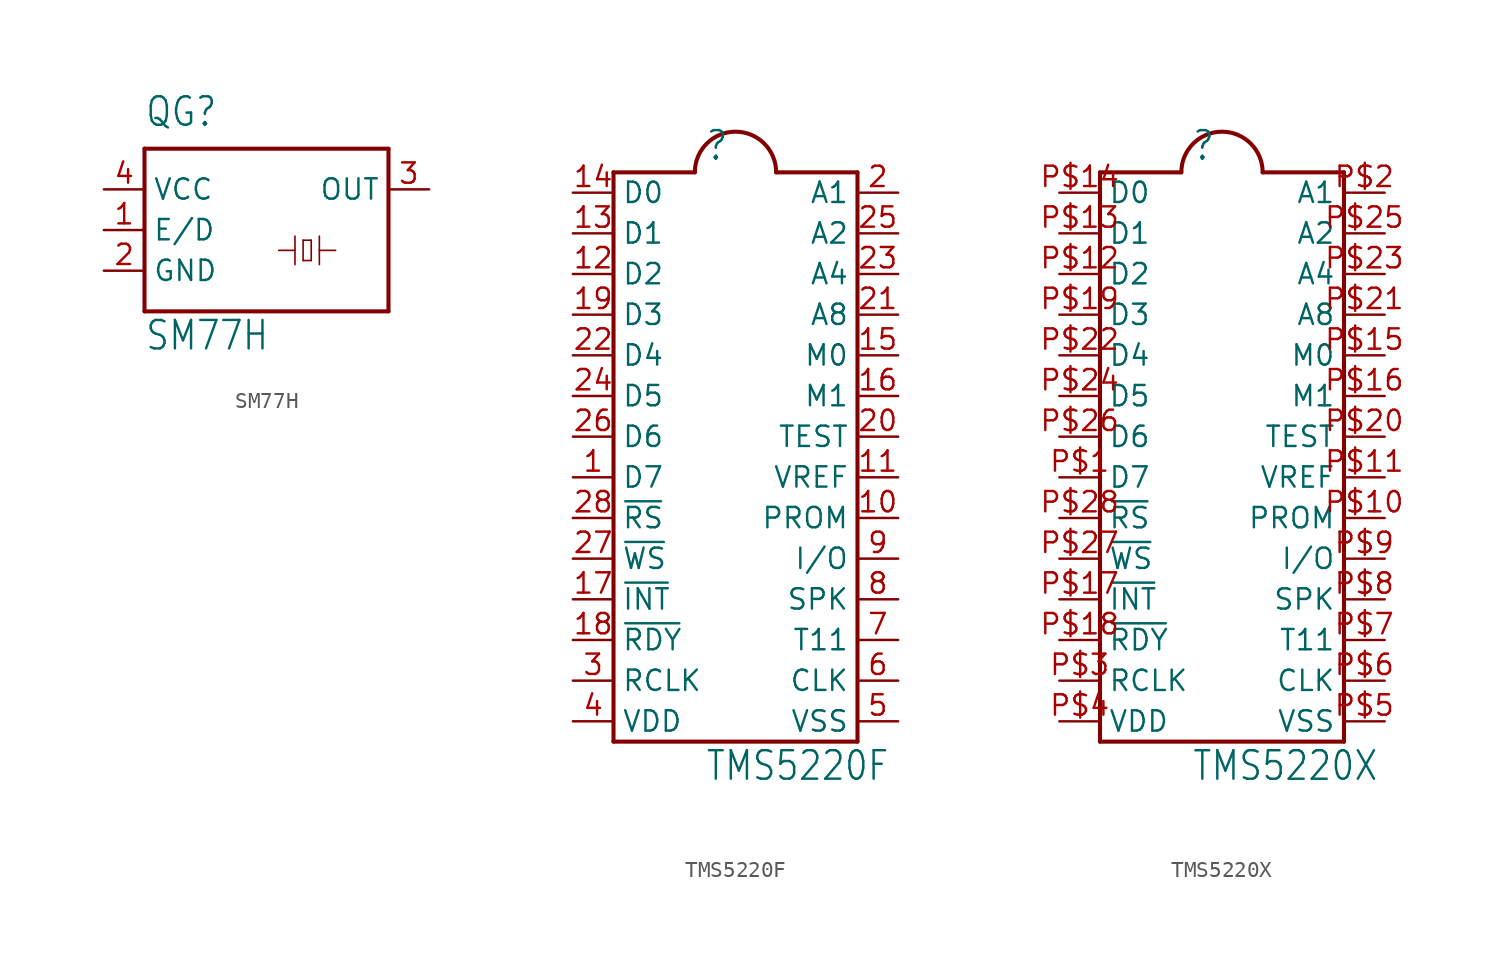
<source format=kicad_sym>
(kicad_symbol_lib
  (version 20211014)
  (generator kicad_symbol_editor)
  (symbol "SM77H"
    (property "Reference" "QG"
      (at -7.62 6.35 0)
      (effects (font (size 1.778 1.511)) (justify left bottom)))
    (property "Value" "SM77H"
      (at -7.62 -7.62 0)
      (effects (font (size 1.778 1.511)) (justify left bottom)))
    (property "ki_locked" ""
      (at 0 0 0)
      (effects (font (size 1.27 1.27))))
    (symbol "SM77H_1_0"
      (polyline (pts (xy -7.62 -5.08) (xy 7.62 -5.08)) (stroke (width 0.254) (type default) (color 0 0 0 0)) (fill (type none)))
      (polyline (pts (xy -7.62 5.08) (xy -7.62 -5.08)) (stroke (width 0.254) (type default) (color 0 0 0 0)) (fill (type none)))
      (polyline (pts (xy 0.762 -1.27) (xy 1.778 -1.27)) (stroke (width 0.102) (type default) (color 0 0 0 0)) (fill (type none)))
      (polyline (pts (xy 1.778 -1.27) (xy 1.778 -2.159)) (stroke (width 0.102) (type default) (color 0 0 0 0)) (fill (type none)))
      (polyline (pts (xy 1.778 -1.27) (xy 1.778 -0.381)) (stroke (width 0.102) (type default) (color 0 0 0 0)) (fill (type none)))
      (polyline (pts (xy 2.286 -1.905) (xy 2.286 -0.635)) (stroke (width 0.102) (type default) (color 0 0 0 0)) (fill (type none)))
      (polyline (pts (xy 2.286 -0.635) (xy 2.794 -0.635)) (stroke (width 0.102) (type default) (color 0 0 0 0)) (fill (type none)))
      (polyline (pts (xy 2.794 -1.905) (xy 2.286 -1.905)) (stroke (width 0.102) (type default) (color 0 0 0 0)) (fill (type none)))
      (polyline (pts (xy 2.794 -0.635) (xy 2.794 -1.905)) (stroke (width 0.102) (type default) (color 0 0 0 0)) (fill (type none)))
      (polyline (pts (xy 3.302 -1.27) (xy 3.302 -2.159)) (stroke (width 0.102) (type default) (color 0 0 0 0)) (fill (type none)))
      (polyline (pts (xy 3.302 -1.27) (xy 3.302 -0.381)) (stroke (width 0.102) (type default) (color 0 0 0 0)) (fill (type none)))
      (polyline (pts (xy 4.318 -1.27) (xy 3.302 -1.27)) (stroke (width 0.102) (type default) (color 0 0 0 0)) (fill (type none)))
      (polyline (pts (xy 7.62 -5.08) (xy 7.62 5.08)) (stroke (width 0.254) (type default) (color 0 0 0 0)) (fill (type none)))
      (polyline (pts (xy 7.62 5.08) (xy -7.62 5.08)) (stroke (width 0.254) (type default) (color 0 0 0 0)) (fill (type none)))
      (pin input line (at -10.16 0 0) (length 2.54) (name "E/D" (effects (font (size 1.27 1.27)))) (number "1" (effects (font (size 1.27 1.27)))))
      (pin power_in line (at -10.16 -2.54 0) (length 2.54) (name "GND" (effects (font (size 1.27 1.27)))) (number "2" (effects (font (size 1.27 1.27)))))
      (pin output line (at 10.16 2.54 180) (length 2.54) (name "OUT" (effects (font (size 1.27 1.27)))) (number "3" (effects (font (size 1.27 1.27)))))
      (pin power_in line (at -10.16 2.54 0) (length 2.54) (name "VCC" (effects (font (size 1.27 1.27)))) (number "4" (effects (font (size 1.27 1.27)))))))
  (symbol "TMS5220F"
    (property "Reference" ""
      (at -4.445 17.145 0)
      (effects (font (size 1.778 1.511)) (justify left bottom)))
    (property "Value" "TMS5220F"
      (at -4.445 -21.59 0)
      (effects (font (size 1.778 1.511)) (justify left bottom)))
    (property "ki_locked" ""
      (at 0 0 0)
      (effects (font (size 1.27 1.27))))
    (symbol "TMS5220F_1_0"
      (polyline (pts (xy -10.16 -19.05) (xy 5.08 -19.05)) (stroke (width 0.254) (type default) (color 0 0 0 0)) (fill (type none)))
      (polyline (pts (xy -10.16 16.51) (xy -10.16 -19.05)) (stroke (width 0.254) (type default) (color 0 0 0 0)) (fill (type none)))
      (polyline (pts (xy -10.16 16.51) (xy -5.08 16.51)) (stroke (width 0.254) (type default) (color 0 0 0 0)) (fill (type none)))
      (polyline (pts (xy 5.08 -19.05) (xy 5.08 16.51)) (stroke (width 0.254) (type default) (color 0 0 0 0)) (fill (type none)))
      (polyline (pts (xy 5.08 16.51) (xy 0 16.51)) (stroke (width 0.254) (type default) (color 0 0 0 0)) (fill (type none)))
      (arc (start 0 16.51) (mid -2.54 19.05) (end -5.08 16.51) (stroke (width 0.254) (type default) (color 0 0 0 0)) (fill (type none)))
      (pin bidirectional line (at -12.7 -2.54 0) (length 2.54) (name "D7" (effects (font (size 1.27 1.27)))) (number "1" (effects (font (size 1.27 1.27)))))
      (pin output line (at 7.62 -5.08 180) (length 2.54) (name "PROM" (effects (font (size 1.27 1.27)))) (number "10" (effects (font (size 1.27 1.27)))))
      (pin power_in line (at 7.62 -2.54 180) (length 2.54) (name "VREF" (effects (font (size 1.27 1.27)))) (number "11" (effects (font (size 1.27 1.27)))))
      (pin bidirectional line (at -12.7 10.16 0) (length 2.54) (name "D2" (effects (font (size 1.27 1.27)))) (number "12" (effects (font (size 1.27 1.27)))))
      (pin bidirectional line (at -12.7 12.7 0) (length 2.54) (name "D1" (effects (font (size 1.27 1.27)))) (number "13" (effects (font (size 1.27 1.27)))))
      (pin bidirectional line (at -12.7 15.24 0) (length 2.54) (name "D0" (effects (font (size 1.27 1.27)))) (number "14" (effects (font (size 1.27 1.27)))))
      (pin output line (at 7.62 5.08 180) (length 2.54) (name "M0" (effects (font (size 1.27 1.27)))) (number "15" (effects (font (size 1.27 1.27)))))
      (pin output line (at 7.62 2.54 180) (length 2.54) (name "M1" (effects (font (size 1.27 1.27)))) (number "16" (effects (font (size 1.27 1.27)))))
      (pin input line (at -12.7 -10.16 0) (length 2.54) (name "~{INT}" (effects (font (size 1.27 1.27)))) (number "17" (effects (font (size 1.27 1.27)))))
      (pin output line (at -12.7 -12.7 0) (length 2.54) (name "~{RDY}" (effects (font (size 1.27 1.27)))) (number "18" (effects (font (size 1.27 1.27)))))
      (pin bidirectional line (at -12.7 7.62 0) (length 2.54) (name "D3" (effects (font (size 1.27 1.27)))) (number "19" (effects (font (size 1.27 1.27)))))
      (pin passive line (at 7.62 15.24 180) (length 2.54) (name "A1" (effects (font (size 1.27 1.27)))) (number "2" (effects (font (size 1.27 1.27)))))
      (pin input line (at 7.62 0 180) (length 2.54) (name "TEST" (effects (font (size 1.27 1.27)))) (number "20" (effects (font (size 1.27 1.27)))))
      (pin bidirectional line (at 7.62 7.62 180) (length 2.54) (name "A8" (effects (font (size 1.27 1.27)))) (number "21" (effects (font (size 1.27 1.27)))))
      (pin bidirectional line (at -12.7 5.08 0) (length 2.54) (name "D4" (effects (font (size 1.27 1.27)))) (number "22" (effects (font (size 1.27 1.27)))))
      (pin passive line (at 7.62 10.16 180) (length 2.54) (name "A4" (effects (font (size 1.27 1.27)))) (number "23" (effects (font (size 1.27 1.27)))))
      (pin bidirectional line (at -12.7 2.54 0) (length 2.54) (name "D5" (effects (font (size 1.27 1.27)))) (number "24" (effects (font (size 1.27 1.27)))))
      (pin passive line (at 7.62 12.7 180) (length 2.54) (name "A2" (effects (font (size 1.27 1.27)))) (number "25" (effects (font (size 1.27 1.27)))))
      (pin bidirectional line (at -12.7 0 0) (length 2.54) (name "D6" (effects (font (size 1.27 1.27)))) (number "26" (effects (font (size 1.27 1.27)))))
      (pin input line (at -12.7 -7.62 0) (length 2.54) (name "~{WS}" (effects (font (size 1.27 1.27)))) (number "27" (effects (font (size 1.27 1.27)))))
      (pin input line (at -12.7 -5.08 0) (length 2.54) (name "~{RS}" (effects (font (size 1.27 1.27)))) (number "28" (effects (font (size 1.27 1.27)))))
      (pin output line (at -12.7 -15.24 0) (length 2.54) (name "RCLK" (effects (font (size 1.27 1.27)))) (number "3" (effects (font (size 1.27 1.27)))))
      (pin power_in line (at -12.7 -17.78 0) (length 2.54) (name "VDD" (effects (font (size 1.27 1.27)))) (number "4" (effects (font (size 1.27 1.27)))))
      (pin power_in line (at 7.62 -17.78 180) (length 2.54) (name "VSS" (effects (font (size 1.27 1.27)))) (number "5" (effects (font (size 1.27 1.27)))))
      (pin input line (at 7.62 -15.24 180) (length 2.54) (name "CLK" (effects (font (size 1.27 1.27)))) (number "6" (effects (font (size 1.27 1.27)))))
      (pin output line (at 7.62 -12.7 180) (length 2.54) (name "T11" (effects (font (size 1.27 1.27)))) (number "7" (effects (font (size 1.27 1.27)))))
      (pin output line (at 7.62 -10.16 180) (length 2.54) (name "SPK" (effects (font (size 1.27 1.27)))) (number "8" (effects (font (size 1.27 1.27)))))
      (pin output line (at 7.62 -7.62 180) (length 2.54) (name "I/O" (effects (font (size 1.27 1.27)))) (number "9" (effects (font (size 1.27 1.27)))))))
  (symbol "TMS5220X"
    (property "Reference" ""
      (at -4.445 17.145 0)
      (effects (font (size 1.778 1.511)) (justify left bottom)))
    (property "Value" "TMS5220X"
      (at -4.445 -21.59 0)
      (effects (font (size 1.778 1.511)) (justify left bottom)))
    (property "ki_locked" ""
      (at 0 0 0)
      (effects (font (size 1.27 1.27))))
    (symbol "TMS5220X_1_0"
      (polyline (pts (xy -10.16 -19.05) (xy 5.08 -19.05)) (stroke (width 0.254) (type default) (color 0 0 0 0)) (fill (type none)))
      (polyline (pts (xy -10.16 16.51) (xy -10.16 -19.05)) (stroke (width 0.254) (type default) (color 0 0 0 0)) (fill (type none)))
      (polyline (pts (xy -10.16 16.51) (xy -5.08 16.51)) (stroke (width 0.254) (type default) (color 0 0 0 0)) (fill (type none)))
      (polyline (pts (xy 5.08 -19.05) (xy 5.08 16.51)) (stroke (width 0.254) (type default) (color 0 0 0 0)) (fill (type none)))
      (polyline (pts (xy 5.08 16.51) (xy 0 16.51)) (stroke (width 0.254) (type default) (color 0 0 0 0)) (fill (type none)))
      (arc (start 0 16.51) (mid -2.54 19.05) (end -5.08 16.51) (stroke (width 0.254) (type default) (color 0 0 0 0)) (fill (type none)))
      (pin bidirectional line (at -12.7 -2.54 0) (length 2.54) (name "D7" (effects (font (size 1.27 1.27)))) (number "P$1" (effects (font (size 1.27 1.27)))))
      (pin output line (at 7.62 -5.08 180) (length 2.54) (name "PROM" (effects (font (size 1.27 1.27)))) (number "P$10" (effects (font (size 1.27 1.27)))))
      (pin power_in line (at 7.62 -2.54 180) (length 2.54) (name "VREF" (effects (font (size 1.27 1.27)))) (number "P$11" (effects (font (size 1.27 1.27)))))
      (pin bidirectional line (at -12.7 10.16 0) (length 2.54) (name "D2" (effects (font (size 1.27 1.27)))) (number "P$12" (effects (font (size 1.27 1.27)))))
      (pin bidirectional line (at -12.7 12.7 0) (length 2.54) (name "D1" (effects (font (size 1.27 1.27)))) (number "P$13" (effects (font (size 1.27 1.27)))))
      (pin bidirectional line (at -12.7 15.24 0) (length 2.54) (name "D0" (effects (font (size 1.27 1.27)))) (number "P$14" (effects (font (size 1.27 1.27)))))
      (pin output line (at 7.62 5.08 180) (length 2.54) (name "M0" (effects (font (size 1.27 1.27)))) (number "P$15" (effects (font (size 1.27 1.27)))))
      (pin output line (at 7.62 2.54 180) (length 2.54) (name "M1" (effects (font (size 1.27 1.27)))) (number "P$16" (effects (font (size 1.27 1.27)))))
      (pin input line (at -12.7 -10.16 0) (length 2.54) (name "~{INT}" (effects (font (size 1.27 1.27)))) (number "P$17" (effects (font (size 1.27 1.27)))))
      (pin output line (at -12.7 -12.7 0) (length 2.54) (name "~{RDY}" (effects (font (size 1.27 1.27)))) (number "P$18" (effects (font (size 1.27 1.27)))))
      (pin bidirectional line (at -12.7 7.62 0) (length 2.54) (name "D3" (effects (font (size 1.27 1.27)))) (number "P$19" (effects (font (size 1.27 1.27)))))
      (pin passive line (at 7.62 15.24 180) (length 2.54) (name "A1" (effects (font (size 1.27 1.27)))) (number "P$2" (effects (font (size 1.27 1.27)))))
      (pin input line (at 7.62 0 180) (length 2.54) (name "TEST" (effects (font (size 1.27 1.27)))) (number "P$20" (effects (font (size 1.27 1.27)))))
      (pin bidirectional line (at 7.62 7.62 180) (length 2.54) (name "A8" (effects (font (size 1.27 1.27)))) (number "P$21" (effects (font (size 1.27 1.27)))))
      (pin bidirectional line (at -12.7 5.08 0) (length 2.54) (name "D4" (effects (font (size 1.27 1.27)))) (number "P$22" (effects (font (size 1.27 1.27)))))
      (pin passive line (at 7.62 10.16 180) (length 2.54) (name "A4" (effects (font (size 1.27 1.27)))) (number "P$23" (effects (font (size 1.27 1.27)))))
      (pin bidirectional line (at -12.7 2.54 0) (length 2.54) (name "D5" (effects (font (size 1.27 1.27)))) (number "P$24" (effects (font (size 1.27 1.27)))))
      (pin passive line (at 7.62 12.7 180) (length 2.54) (name "A2" (effects (font (size 1.27 1.27)))) (number "P$25" (effects (font (size 1.27 1.27)))))
      (pin bidirectional line (at -12.7 0 0) (length 2.54) (name "D6" (effects (font (size 1.27 1.27)))) (number "P$26" (effects (font (size 1.27 1.27)))))
      (pin input line (at -12.7 -7.62 0) (length 2.54) (name "~{WS}" (effects (font (size 1.27 1.27)))) (number "P$27" (effects (font (size 1.27 1.27)))))
      (pin input line (at -12.7 -5.08 0) (length 2.54) (name "~{RS}" (effects (font (size 1.27 1.27)))) (number "P$28" (effects (font (size 1.27 1.27)))))
      (pin output line (at -12.7 -15.24 0) (length 2.54) (name "RCLK" (effects (font (size 1.27 1.27)))) (number "P$3" (effects (font (size 1.27 1.27)))))
      (pin power_in line (at -12.7 -17.78 0) (length 2.54) (name "VDD" (effects (font (size 1.27 1.27)))) (number "P$4" (effects (font (size 1.27 1.27)))))
      (pin power_in line (at 7.62 -17.78 180) (length 2.54) (name "VSS" (effects (font (size 1.27 1.27)))) (number "P$5" (effects (font (size 1.27 1.27)))))
      (pin input line (at 7.62 -15.24 180) (length 2.54) (name "CLK" (effects (font (size 1.27 1.27)))) (number "P$6" (effects (font (size 1.27 1.27)))))
      (pin output line (at 7.62 -12.7 180) (length 2.54) (name "T11" (effects (font (size 1.27 1.27)))) (number "P$7" (effects (font (size 1.27 1.27)))))
      (pin output line (at 7.62 -10.16 180) (length 2.54) (name "SPK" (effects (font (size 1.27 1.27)))) (number "P$8" (effects (font (size 1.27 1.27)))))
      (pin output line (at 7.62 -7.62 180) (length 2.54) (name "I/O" (effects (font (size 1.27 1.27)))) (number "P$9" (effects (font (size 1.27 1.27))))))))
</source>
